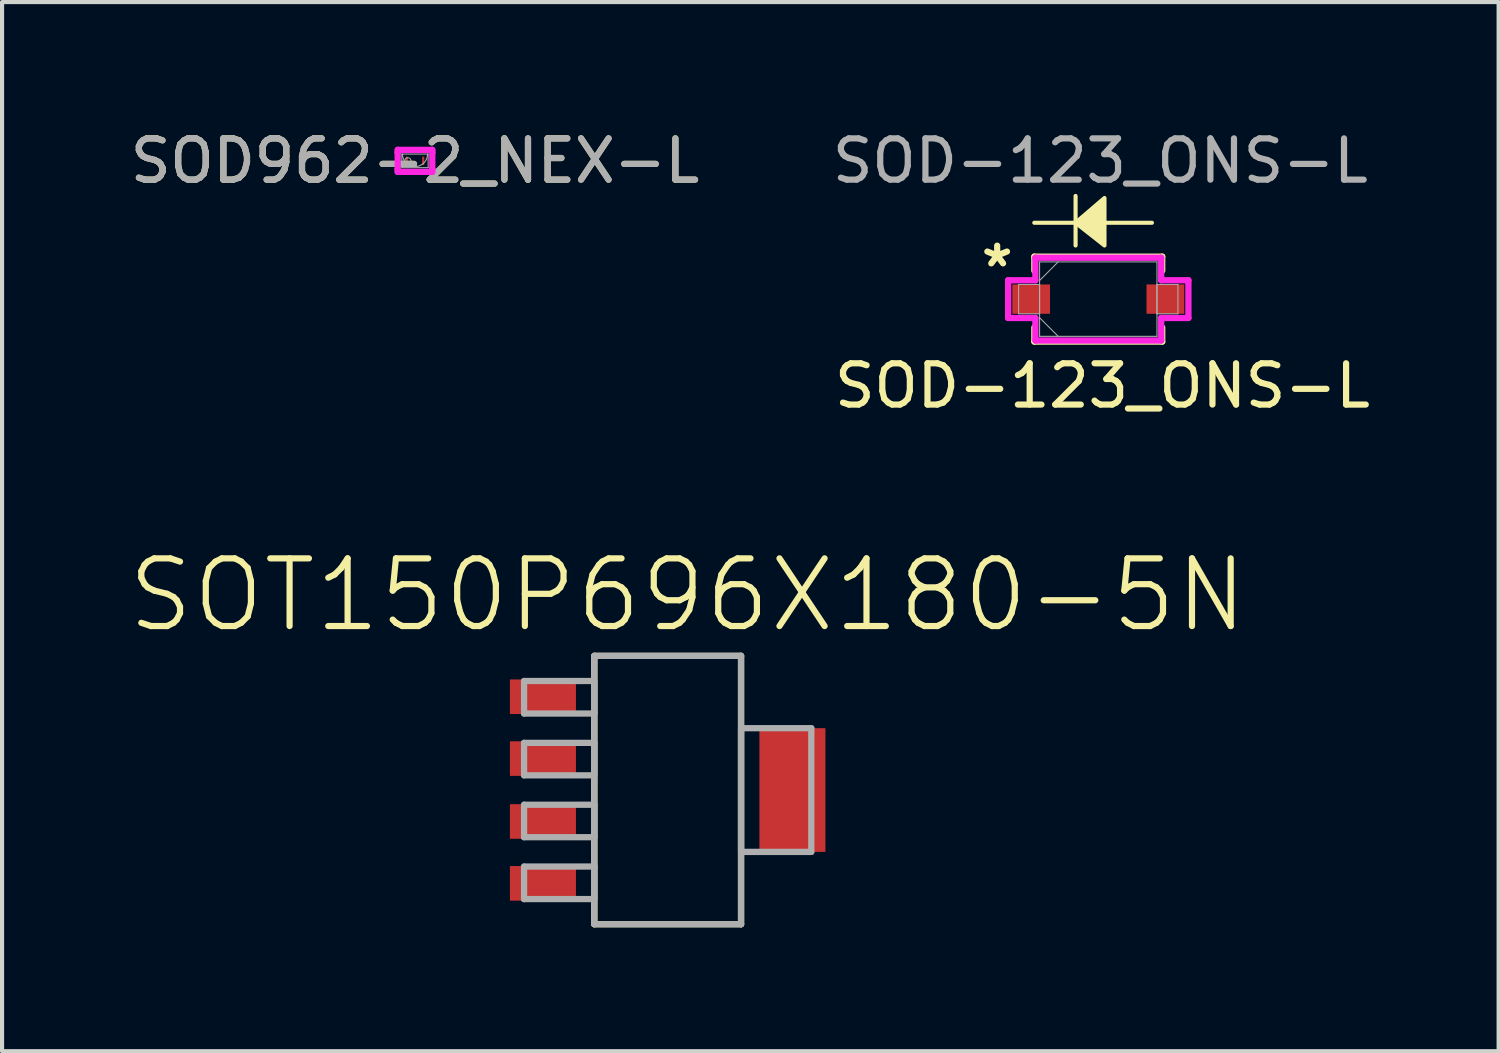
<source format=kicad_pcb>
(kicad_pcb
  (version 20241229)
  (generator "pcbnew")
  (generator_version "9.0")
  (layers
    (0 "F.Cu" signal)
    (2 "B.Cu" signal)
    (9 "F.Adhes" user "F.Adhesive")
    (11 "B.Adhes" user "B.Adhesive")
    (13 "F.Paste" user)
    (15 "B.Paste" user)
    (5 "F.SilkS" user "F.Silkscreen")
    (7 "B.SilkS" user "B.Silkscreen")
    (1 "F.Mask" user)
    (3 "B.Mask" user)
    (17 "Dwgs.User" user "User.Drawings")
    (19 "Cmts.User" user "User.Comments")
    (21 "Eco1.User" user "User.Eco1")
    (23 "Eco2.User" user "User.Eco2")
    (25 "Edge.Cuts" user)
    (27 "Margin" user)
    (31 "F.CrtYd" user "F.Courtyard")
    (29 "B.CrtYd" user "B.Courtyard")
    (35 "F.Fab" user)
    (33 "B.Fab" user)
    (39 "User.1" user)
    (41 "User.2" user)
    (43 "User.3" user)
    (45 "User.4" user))
  (footprint "SOT150P696X180-5N"
    (layer "F.Cu")
    (at 13.129 16.094)
    (property "Reference" "SOT150P696X180-5N" (at 0.483 -4.725 0) (layer "F.SilkS") (effects (font (size 1.64 1.64) (thickness 0.15))))
    (attr smd)
    (fp_line (start -1.778 -3.251) (end -1.778 3.251) (stroke (width 0.152) (type solid)) (layer "F.SilkS"))
    (fp_line (start -1.778 3.251) (end 1.778 3.251) (stroke (width 0.152) (type solid)) (layer "F.SilkS"))
    (fp_line (start 1.778 -3.251) (end -1.778 -3.251) (stroke (width 0.152) (type solid)) (layer "F.SilkS"))
    (fp_line (start 1.778 3.251) (end 1.778 -3.251) (stroke (width 0.152) (type solid)) (layer "F.SilkS"))
    (fp_line (start -3.48 -2.642) (end -3.48 -1.854) (stroke (width 0.152) (type solid)) (layer "F.Fab"))
    (fp_line (start -3.48 -1.854) (end -1.778 -1.854) (stroke (width 0.152) (type solid)) (layer "F.Fab"))
    (fp_line (start -3.48 -1.143) (end -3.48 -0.356) (stroke (width 0.152) (type solid)) (layer "F.Fab"))
    (fp_line (start -3.48 -0.356) (end -1.778 -0.356) (stroke (width 0.152) (type solid)) (layer "F.Fab"))
    (fp_line (start -3.48 0.356) (end -3.48 1.143) (stroke (width 0.152) (type solid)) (layer "F.Fab"))
    (fp_line (start -3.48 1.143) (end -1.778 1.143) (stroke (width 0.152) (type solid)) (layer "F.Fab"))
    (fp_line (start -3.48 1.854) (end -3.48 2.642) (stroke (width 0.152) (type solid)) (layer "F.Fab"))
    (fp_line (start -3.48 2.642) (end -1.778 2.642) (stroke (width 0.152) (type solid)) (layer "F.Fab"))
    (fp_line (start -1.778 -3.251) (end -1.778 3.251) (stroke (width 0.152) (type solid)) (layer "F.Fab"))
    (fp_line (start -1.778 -2.642) (end -3.48 -2.642) (stroke (width 0.152) (type solid)) (layer "F.Fab"))
    (fp_line (start -1.778 -1.854) (end -1.778 -2.642) (stroke (width 0.152) (type solid)) (layer "F.Fab"))
    (fp_line (start -1.778 -1.143) (end -3.48 -1.143) (stroke (width 0.152) (type solid)) (layer "F.Fab"))
    (fp_line (start -1.778 -0.356) (end -1.778 -1.143) (stroke (width 0.152) (type solid)) (layer "F.Fab"))
    (fp_line (start -1.778 0.356) (end -3.48 0.356) (stroke (width 0.152) (type solid)) (layer "F.Fab"))
    (fp_line (start -1.778 1.143) (end -1.778 0.356) (stroke (width 0.152) (type solid)) (layer "F.Fab"))
    (fp_line (start -1.778 1.854) (end -3.48 1.854) (stroke (width 0.152) (type solid)) (layer "F.Fab"))
    (fp_line (start -1.778 2.642) (end -1.778 1.854) (stroke (width 0.152) (type solid)) (layer "F.Fab"))
    (fp_line (start -1.778 3.251) (end 1.778 3.251) (stroke (width 0.152) (type solid)) (layer "F.Fab"))
    (fp_line (start 1.778 -3.251) (end -1.778 -3.251) (stroke (width 0.152) (type solid)) (layer "F.Fab"))
    (fp_line (start 1.778 -1.499) (end 1.778 1.499) (stroke (width 0.152) (type solid)) (layer "F.Fab"))
    (fp_line (start 1.778 1.499) (end 3.48 1.499) (stroke (width 0.152) (type solid)) (layer "F.Fab"))
    (fp_line (start 1.778 3.251) (end 1.778 -3.251) (stroke (width 0.152) (type solid)) (layer "F.Fab"))
    (fp_line (start 3.48 -1.499) (end 1.778 -1.499) (stroke (width 0.152) (type solid)) (layer "F.Fab"))
    (fp_line (start 3.48 1.499) (end 3.48 -1.499) (stroke (width 0.152) (type solid)) (layer "F.Fab"))
    (pad "1" smd rect (at -3.023 -2.261) (size 1.6 0.838) (layers "F.Cu" "F.Mask" "F.Paste"))
    (pad "2" smd rect (at -3.023 -0.762) (size 1.6 0.838) (layers "F.Cu" "F.Mask" "F.Paste"))
    (pad "3" smd rect (at -3.023 0.762) (size 1.6 0.838) (layers "F.Cu" "F.Mask" "F.Paste"))
    (pad "4" smd rect (at -3.023 2.261) (size 1.6 0.838) (layers "F.Cu" "F.Mask" "F.Paste"))
    (pad "5" smd rect (at 3.023 0) (size 1.6 2.997) (layers "F.Cu" "F.Mask" "F.Paste")))
  (footprint "SOD962-2_NEX-L"
    (layer "F.Cu")
    (at 7.006 0.848)
    (property "Reference" "SOD962-2_NEX-L" (at 0 0 0) (unlocked yes) (layer "F.SilkS") (effects (font (size 1 1) (thickness 0.15))))
    (attr smd)
    (fp_line (start -0.419 -0.267) (end 0.419 -0.267) (stroke (width 0.152) (type solid)) (layer "F.CrtYd"))
    (fp_line (start -0.419 -0.203) (end -0.419 -0.267) (stroke (width 0.152) (type solid)) (layer "F.CrtYd"))
    (fp_line (start -0.419 -0.203) (end -0.419 -0.203) (stroke (width 0.152) (type solid)) (layer "F.CrtYd"))
    (fp_line (start -0.419 0.203) (end -0.419 -0.203) (stroke (width 0.152) (type solid)) (layer "F.CrtYd"))
    (fp_line (start -0.419 0.203) (end -0.419 0.203) (stroke (width 0.152) (type solid)) (layer "F.CrtYd"))
    (fp_line (start -0.419 0.267) (end -0.419 0.203) (stroke (width 0.152) (type solid)) (layer "F.CrtYd"))
    (fp_line (start 0.419 -0.267) (end 0.419 -0.203) (stroke (width 0.152) (type solid)) (layer "F.CrtYd"))
    (fp_line (start 0.419 -0.203) (end 0.419 -0.203) (stroke (width 0.152) (type solid)) (layer "F.CrtYd"))
    (fp_line (start 0.419 -0.203) (end 0.419 0.203) (stroke (width 0.152) (type solid)) (layer "F.CrtYd"))
    (fp_line (start 0.419 0.203) (end 0.419 0.203) (stroke (width 0.152) (type solid)) (layer "F.CrtYd"))
    (fp_line (start 0.419 0.203) (end 0.419 0.267) (stroke (width 0.152) (type solid)) (layer "F.CrtYd"))
    (fp_line (start 0.419 0.267) (end -0.419 0.267) (stroke (width 0.152) (type solid)) (layer "F.CrtYd"))
    (fp_line (start -0.318 -0.165) (end -0.318 0.165) (stroke (width 0.025) (type solid)) (layer "F.Fab"))
    (fp_line (start -0.318 0.165) (end 0.318 0.165) (stroke (width 0.025) (type solid)) (layer "F.Fab"))
    (fp_line (start 0.318 -0.165) (end -0.318 -0.165) (stroke (width 0.025) (type solid)) (layer "F.Fab"))
    (fp_line (start 0.318 0.165) (end 0.318 -0.165) (stroke (width 0.025) (type solid)) (layer "F.Fab"))
    (fp_arc (start 0.3048 -0.1651) (mid 0 0.1397) (end -0.3048 -0.1651) (stroke (width 0.0254) (type solid)) (layer "F.Fab"))
    (fp_circle (center -0.173 0) (end -0.097 0) (stroke (width 0.025) (type solid)) (fill no) (layer "F.Fab"))
    (fp_text user "${REFERENCE}" (at 0 0 0) (unlocked yes) (layer "F.Fab") (effects (font (size 1 1) (thickness 0.15))))
    (pad "1" smd rect (at -0.199 0) (size 0.051 0.203) (layers "F.Cu" "F.Mask" "F.Paste"))
    (pad "2" smd rect (at 0.199 0) (size 0.051 0.203) (layers "F.Cu" "F.Mask" "F.Paste")))
  (footprint "SOD-123_ONS-L"
    (layer "F.Cu")
    (at 23.563 4.198)
    (property "Reference" "SOD-123_ONS-L" (at 0.1 2.1 0) (unlocked yes) (layer "F.SilkS") (effects (font (size 1 1) (thickness 0.15))))
    (attr smd)
    (fp_line (start -1.549 -1.029) (end -1.549 -0.688) (stroke (width 0.152) (type solid)) (layer "F.SilkS"))
    (fp_line (start -1.549 0.688) (end -1.549 1.029) (stroke (width 0.152) (type solid)) (layer "F.SilkS"))
    (fp_line (start -1.549 1.029) (end 1.549 1.029) (stroke (width 0.152) (type solid)) (layer "F.SilkS"))
    (fp_line (start -0.55 -2.5) (end -0.55 -1.3) (stroke (width 0.1) (type default)) (layer "F.SilkS"))
    (fp_line (start -0.55 -1.85) (end -1.55 -1.85) (stroke (width 0.1) (type default)) (layer "F.SilkS"))
    (fp_line (start 0.2 -1.85) (end 1.3 -1.85) (stroke (width 0.1) (type default)) (layer "F.SilkS"))
    (fp_line (start 1.549 -1.029) (end -1.549 -1.029) (stroke (width 0.152) (type solid)) (layer "F.SilkS"))
    (fp_line (start 1.549 -0.688) (end 1.549 -1.029) (stroke (width 0.152) (type solid)) (layer "F.SilkS"))
    (fp_line (start 1.549 1.029) (end 1.549 0.688) (stroke (width 0.152) (type solid)) (layer "F.SilkS"))
    (fp_poly (pts (xy -0.55 -1.85) (xy 0.15 -2.45) (xy 0.15 -1.3)) (stroke (width 0.1) (type solid)) (fill yes) (layer "F.SilkS"))
    (fp_line (start -2.184 -0.457) (end -1.524 -0.457) (stroke (width 0.152) (type solid)) (layer "F.CrtYd"))
    (fp_line (start -2.184 0.457) (end -2.184 -0.457) (stroke (width 0.152) (type solid)) (layer "F.CrtYd"))
    (fp_line (start -1.524 -1.003) (end 1.524 -1.003) (stroke (width 0.152) (type solid)) (layer "F.CrtYd"))
    (fp_line (start -1.524 -0.457) (end -1.524 -1.003) (stroke (width 0.152) (type solid)) (layer "F.CrtYd"))
    (fp_line (start -1.524 0.457) (end -2.184 0.457) (stroke (width 0.152) (type solid)) (layer "F.CrtYd"))
    (fp_line (start -1.524 1.003) (end -1.524 0.457) (stroke (width 0.152) (type solid)) (layer "F.CrtYd"))
    (fp_line (start 1.524 -1.003) (end 1.524 -0.457) (stroke (width 0.152) (type solid)) (layer "F.CrtYd"))
    (fp_line (start 1.524 -0.457) (end 2.184 -0.457) (stroke (width 0.152) (type solid)) (layer "F.CrtYd"))
    (fp_line (start 1.524 0.457) (end 1.524 1.003) (stroke (width 0.152) (type solid)) (layer "F.CrtYd"))
    (fp_line (start 1.524 1.003) (end -1.524 1.003) (stroke (width 0.152) (type solid)) (layer "F.CrtYd"))
    (fp_line (start 2.184 -0.457) (end 2.184 0.457) (stroke (width 0.152) (type solid)) (layer "F.CrtYd"))
    (fp_line (start 2.184 0.457) (end 1.524 0.457) (stroke (width 0.152) (type solid)) (layer "F.CrtYd"))
    (fp_line (start -1.93 -0.356) (end -1.93 0.356) (stroke (width 0.025) (type solid)) (layer "F.Fab"))
    (fp_line (start -1.93 0.356) (end -1.422 0.356) (stroke (width 0.025) (type solid)) (layer "F.Fab"))
    (fp_line (start -1.422 -0.902) (end -1.422 0.902) (stroke (width 0.025) (type solid)) (layer "F.Fab"))
    (fp_line (start -1.422 -0.451) (end -0.972 -0.902) (stroke (width 0.025) (type solid)) (layer "F.Fab"))
    (fp_line (start -1.422 -0.356) (end -1.93 -0.356) (stroke (width 0.025) (type solid)) (layer "F.Fab"))
    (fp_line (start -1.422 0.356) (end -1.422 -0.356) (stroke (width 0.025) (type solid)) (layer "F.Fab"))
    (fp_line (start -1.422 0.451) (end -0.972 0.902) (stroke (width 0.025) (type solid)) (layer "F.Fab"))
    (fp_line (start -1.422 0.902) (end 1.422 0.902) (stroke (width 0.025) (type solid)) (layer "F.Fab"))
    (fp_line (start 1.422 -0.902) (end -1.422 -0.902) (stroke (width 0.025) (type solid)) (layer "F.Fab"))
    (fp_line (start 1.422 -0.356) (end 1.422 0.356) (stroke (width 0.025) (type solid)) (layer "F.Fab"))
    (fp_line (start 1.422 0.356) (end 1.93 0.356) (stroke (width 0.025) (type solid)) (layer "F.Fab"))
    (fp_line (start 1.422 0.902) (end 1.422 -0.902) (stroke (width 0.025) (type solid)) (layer "F.Fab"))
    (fp_line (start 1.93 -0.356) (end 1.422 -0.356) (stroke (width 0.025) (type solid)) (layer "F.Fab"))
    (fp_line (start 1.93 0.356) (end 1.93 -0.356) (stroke (width 0.025) (type solid)) (layer "F.Fab"))
    (fp_text user "*" (at -2.45 -0.75 0) (layer "F.SilkS") (effects (font (size 1 1) (thickness 0.15))))
    (fp_text user "${REFERENCE}" (at 0.05 -3.35 0) (unlocked yes) (layer "F.Fab") (effects (font (size 1 1) (thickness 0.15))))
    (pad "1" smd rect (at -1.626 0) (size 0.914 0.711) (layers "F.Cu" "F.Mask" "F.Paste"))
    (pad "2" smd rect (at 1.626 0) (size 0.914 0.711) (layers "F.Cu" "F.Mask" "F.Paste")))
  (gr_rect
    (start -3 -3)
    (end 33.264 22.422)
    (stroke (width 0.1) (type default))
    (fill no)
    (layer "Edge.Cuts")))
</source>
